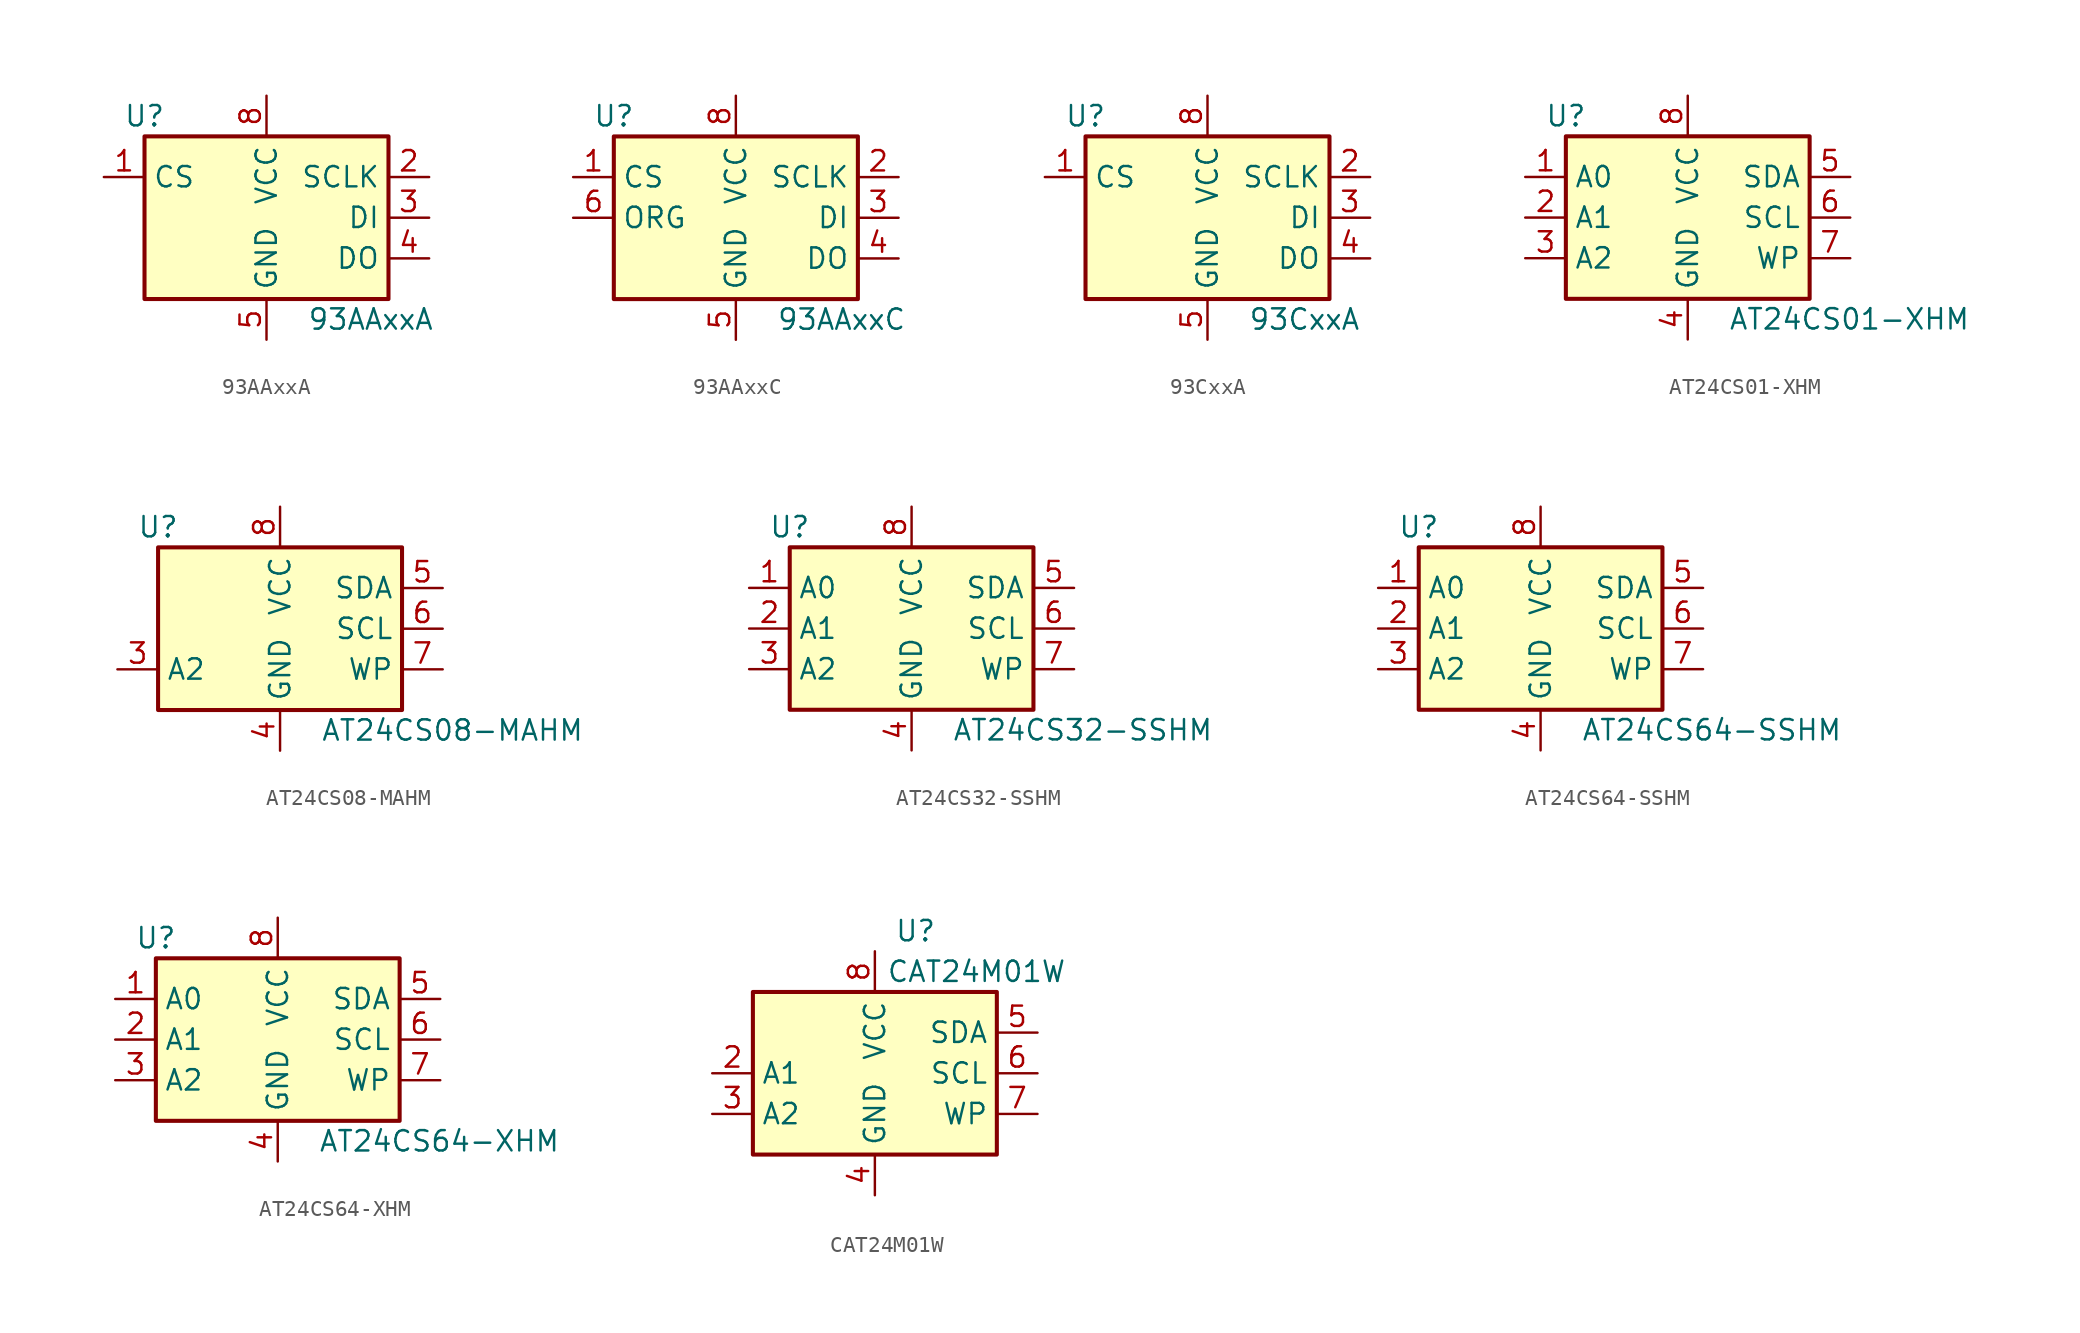
<source format=kicad_sym>
(kicad_symbol_lib
  (version 20211014)
  (generator kicad_symbol_editor)
  (symbol "93AAxxA"
    (property "Reference" "U"
      (at -7.62 6.35 0)
      (effects (font (size 1.27 1.27))))
    (property "Value" "93AAxxA"
      (at 2.54 -6.35 0)
      (effects (font (size 1.27 1.27)) (justify left)))
    (symbol "93AAxxA_1_1"
      (rectangle (start -7.62 5.08) (end 7.62 -5.08) (stroke (width 0.254) (type default) (color 0 0 0 0)) (fill (type background)))
      (pin input line (at -10.16 2.54 0) (length 2.54) (name "CS" (effects (font (size 1.27 1.27)))) (number "1" (effects (font (size 1.27 1.27)))))
      (pin input line (at 10.16 2.54 180) (length 2.54) (name "SCLK" (effects (font (size 1.27 1.27)))) (number "2" (effects (font (size 1.27 1.27)))))
      (pin input line (at 10.16 0 180) (length 2.54) (name "DI" (effects (font (size 1.27 1.27)))) (number "3" (effects (font (size 1.27 1.27)))))
      (pin tri_state line (at 10.16 -2.54 180) (length 2.54) (name "DO" (effects (font (size 1.27 1.27)))) (number "4" (effects (font (size 1.27 1.27)))))
      (pin power_in line (at 0 -7.62 90) (length 2.54) (name "GND" (effects (font (size 1.27 1.27)))) (number "5" (effects (font (size 1.27 1.27)))))
      (pin no_connect line (at -7.62 0 0) (length 2.54) hide (name "NC" (effects (font (size 1.27 1.27)))) (number "6" (effects (font (size 1.27 1.27)))))
      (pin no_connect line (at -7.62 -2.54 0) (length 2.54) hide (name "NC" (effects (font (size 1.27 1.27)))) (number "7" (effects (font (size 1.27 1.27)))))
      (pin power_in line (at 0 7.62 270) (length 2.54) (name "VCC" (effects (font (size 1.27 1.27)))) (number "8" (effects (font (size 1.27 1.27)))))))
  (symbol "93AAxxC"
    (property "Reference" "U"
      (at -7.62 6.35 0)
      (effects (font (size 1.27 1.27))))
    (property "Value" "93AAxxC"
      (at 2.54 -6.35 0)
      (effects (font (size 1.27 1.27)) (justify left)))
    (symbol "93AAxxC_1_1"
      (rectangle (start -7.62 5.08) (end 7.62 -5.08) (stroke (width 0.254) (type default) (color 0 0 0 0)) (fill (type background)))
      (pin input line (at -10.16 2.54 0) (length 2.54) (name "CS" (effects (font (size 1.27 1.27)))) (number "1" (effects (font (size 1.27 1.27)))))
      (pin input line (at 10.16 2.54 180) (length 2.54) (name "SCLK" (effects (font (size 1.27 1.27)))) (number "2" (effects (font (size 1.27 1.27)))))
      (pin input line (at 10.16 0 180) (length 2.54) (name "DI" (effects (font (size 1.27 1.27)))) (number "3" (effects (font (size 1.27 1.27)))))
      (pin tri_state line (at 10.16 -2.54 180) (length 2.54) (name "DO" (effects (font (size 1.27 1.27)))) (number "4" (effects (font (size 1.27 1.27)))))
      (pin power_in line (at 0 -7.62 90) (length 2.54) (name "GND" (effects (font (size 1.27 1.27)))) (number "5" (effects (font (size 1.27 1.27)))))
      (pin input line (at -10.16 0 0) (length 2.54) (name "ORG" (effects (font (size 1.27 1.27)))) (number "6" (effects (font (size 1.27 1.27)))))
      (pin no_connect line (at -7.62 -2.54 0) (length 2.54) hide (name "NC" (effects (font (size 1.27 1.27)))) (number "7" (effects (font (size 1.27 1.27)))))
      (pin power_in line (at 0 7.62 270) (length 2.54) (name "VCC" (effects (font (size 1.27 1.27)))) (number "8" (effects (font (size 1.27 1.27)))))))
  (symbol "93CxxA"
    (property "Reference" "U"
      (at -7.62 6.35 0)
      (effects (font (size 1.27 1.27))))
    (property "Value" "93CxxA"
      (at 2.54 -6.35 0)
      (effects (font (size 1.27 1.27)) (justify left)))
    (symbol "93CxxA_1_1"
      (rectangle (start -7.62 5.08) (end 7.62 -5.08) (stroke (width 0.254) (type default) (color 0 0 0 0)) (fill (type background)))
      (pin input line (at -10.16 2.54 0) (length 2.54) (name "CS" (effects (font (size 1.27 1.27)))) (number "1" (effects (font (size 1.27 1.27)))))
      (pin input line (at 10.16 2.54 180) (length 2.54) (name "SCLK" (effects (font (size 1.27 1.27)))) (number "2" (effects (font (size 1.27 1.27)))))
      (pin input line (at 10.16 0 180) (length 2.54) (name "DI" (effects (font (size 1.27 1.27)))) (number "3" (effects (font (size 1.27 1.27)))))
      (pin tri_state line (at 10.16 -2.54 180) (length 2.54) (name "DO" (effects (font (size 1.27 1.27)))) (number "4" (effects (font (size 1.27 1.27)))))
      (pin power_in line (at 0 -7.62 90) (length 2.54) (name "GND" (effects (font (size 1.27 1.27)))) (number "5" (effects (font (size 1.27 1.27)))))
      (pin no_connect line (at -7.62 0 0) (length 2.54) hide (name "NC" (effects (font (size 1.27 1.27)))) (number "6" (effects (font (size 1.27 1.27)))))
      (pin no_connect line (at -7.62 -2.54 0) (length 2.54) hide (name "NC" (effects (font (size 1.27 1.27)))) (number "7" (effects (font (size 1.27 1.27)))))
      (pin power_in line (at 0 7.62 270) (length 2.54) (name "VCC" (effects (font (size 1.27 1.27)))) (number "8" (effects (font (size 1.27 1.27)))))))
  (symbol "AT24CS01-XHM"
    (property "Reference" "U"
      (at -7.62 6.35 0)
      (effects (font (size 1.27 1.27))))
    (property "Value" "AT24CS01-XHM"
      (at 2.54 -6.35 0)
      (effects (font (size 1.27 1.27)) (justify left)))
    (symbol "AT24CS01-XHM_1_1"
      (rectangle (start -7.62 5.08) (end 7.62 -5.08) (stroke (width 0.254) (type default) (color 0 0 0 0)) (fill (type background)))
      (pin input line (at -10.16 2.54 0) (length 2.54) (name "A0" (effects (font (size 1.27 1.27)))) (number "1" (effects (font (size 1.27 1.27)))))
      (pin input line (at -10.16 0 0) (length 2.54) (name "A1" (effects (font (size 1.27 1.27)))) (number "2" (effects (font (size 1.27 1.27)))))
      (pin input line (at -10.16 -2.54 0) (length 2.54) (name "A2" (effects (font (size 1.27 1.27)))) (number "3" (effects (font (size 1.27 1.27)))))
      (pin power_in line (at 0 -7.62 90) (length 2.54) (name "GND" (effects (font (size 1.27 1.27)))) (number "4" (effects (font (size 1.27 1.27)))))
      (pin bidirectional line (at 10.16 2.54 180) (length 2.54) (name "SDA" (effects (font (size 1.27 1.27)))) (number "5" (effects (font (size 1.27 1.27)))))
      (pin input line (at 10.16 0 180) (length 2.54) (name "SCL" (effects (font (size 1.27 1.27)))) (number "6" (effects (font (size 1.27 1.27)))))
      (pin input line (at 10.16 -2.54 180) (length 2.54) (name "WP" (effects (font (size 1.27 1.27)))) (number "7" (effects (font (size 1.27 1.27)))))
      (pin power_in line (at 0 7.62 270) (length 2.54) (name "VCC" (effects (font (size 1.27 1.27)))) (number "8" (effects (font (size 1.27 1.27)))))))
  (symbol "AT24CS08-MAHM"
    (property "Reference" "U"
      (at -7.62 6.35 0)
      (effects (font (size 1.27 1.27))))
    (property "Value" "AT24CS08-MAHM"
      (at 2.54 -6.35 0)
      (effects (font (size 1.27 1.27)) (justify left)))
    (symbol "AT24CS08-MAHM_1_1"
      (rectangle (start -7.62 5.08) (end 7.62 -5.08) (stroke (width 0.254) (type default) (color 0 0 0 0)) (fill (type background)))
      (pin input line (at -10.16 -2.54 0) (length 2.54) (name "A2" (effects (font (size 1.27 1.27)))) (number "3" (effects (font (size 1.27 1.27)))))
      (pin power_in line (at 0 -7.62 90) (length 2.54) (name "GND" (effects (font (size 1.27 1.27)))) (number "4" (effects (font (size 1.27 1.27)))))
      (pin bidirectional line (at 10.16 2.54 180) (length 2.54) (name "SDA" (effects (font (size 1.27 1.27)))) (number "5" (effects (font (size 1.27 1.27)))))
      (pin input line (at 10.16 0 180) (length 2.54) (name "SCL" (effects (font (size 1.27 1.27)))) (number "6" (effects (font (size 1.27 1.27)))))
      (pin input line (at 10.16 -2.54 180) (length 2.54) (name "WP" (effects (font (size 1.27 1.27)))) (number "7" (effects (font (size 1.27 1.27)))))
      (pin power_in line (at 0 7.62 270) (length 2.54) (name "VCC" (effects (font (size 1.27 1.27)))) (number "8" (effects (font (size 1.27 1.27)))))))
  (symbol "AT24CS32-SSHM"
    (property "Reference" "U"
      (at -7.62 6.35 0)
      (effects (font (size 1.27 1.27))))
    (property "Value" "AT24CS32-SSHM"
      (at 2.54 -6.35 0)
      (effects (font (size 1.27 1.27)) (justify left)))
    (symbol "AT24CS32-SSHM_1_1"
      (rectangle (start -7.62 5.08) (end 7.62 -5.08) (stroke (width 0.254) (type default) (color 0 0 0 0)) (fill (type background)))
      (pin input line (at -10.16 2.54 0) (length 2.54) (name "A0" (effects (font (size 1.27 1.27)))) (number "1" (effects (font (size 1.27 1.27)))))
      (pin input line (at -10.16 0 0) (length 2.54) (name "A1" (effects (font (size 1.27 1.27)))) (number "2" (effects (font (size 1.27 1.27)))))
      (pin input line (at -10.16 -2.54 0) (length 2.54) (name "A2" (effects (font (size 1.27 1.27)))) (number "3" (effects (font (size 1.27 1.27)))))
      (pin power_in line (at 0 -7.62 90) (length 2.54) (name "GND" (effects (font (size 1.27 1.27)))) (number "4" (effects (font (size 1.27 1.27)))))
      (pin bidirectional line (at 10.16 2.54 180) (length 2.54) (name "SDA" (effects (font (size 1.27 1.27)))) (number "5" (effects (font (size 1.27 1.27)))))
      (pin input line (at 10.16 0 180) (length 2.54) (name "SCL" (effects (font (size 1.27 1.27)))) (number "6" (effects (font (size 1.27 1.27)))))
      (pin input line (at 10.16 -2.54 180) (length 2.54) (name "WP" (effects (font (size 1.27 1.27)))) (number "7" (effects (font (size 1.27 1.27)))))
      (pin power_in line (at 0 7.62 270) (length 2.54) (name "VCC" (effects (font (size 1.27 1.27)))) (number "8" (effects (font (size 1.27 1.27)))))))
  (symbol "AT24CS64-SSHM"
    (property "Reference" "U"
      (at -7.62 6.35 0)
      (effects (font (size 1.27 1.27))))
    (property "Value" "AT24CS64-SSHM"
      (at 2.54 -6.35 0)
      (effects (font (size 1.27 1.27)) (justify left)))
    (symbol "AT24CS64-SSHM_1_1"
      (rectangle (start -7.62 5.08) (end 7.62 -5.08) (stroke (width 0.254) (type default) (color 0 0 0 0)) (fill (type background)))
      (pin input line (at -10.16 2.54 0) (length 2.54) (name "A0" (effects (font (size 1.27 1.27)))) (number "1" (effects (font (size 1.27 1.27)))))
      (pin input line (at -10.16 0 0) (length 2.54) (name "A1" (effects (font (size 1.27 1.27)))) (number "2" (effects (font (size 1.27 1.27)))))
      (pin input line (at -10.16 -2.54 0) (length 2.54) (name "A2" (effects (font (size 1.27 1.27)))) (number "3" (effects (font (size 1.27 1.27)))))
      (pin power_in line (at 0 -7.62 90) (length 2.54) (name "GND" (effects (font (size 1.27 1.27)))) (number "4" (effects (font (size 1.27 1.27)))))
      (pin bidirectional line (at 10.16 2.54 180) (length 2.54) (name "SDA" (effects (font (size 1.27 1.27)))) (number "5" (effects (font (size 1.27 1.27)))))
      (pin input line (at 10.16 0 180) (length 2.54) (name "SCL" (effects (font (size 1.27 1.27)))) (number "6" (effects (font (size 1.27 1.27)))))
      (pin input line (at 10.16 -2.54 180) (length 2.54) (name "WP" (effects (font (size 1.27 1.27)))) (number "7" (effects (font (size 1.27 1.27)))))
      (pin power_in line (at 0 7.62 270) (length 2.54) (name "VCC" (effects (font (size 1.27 1.27)))) (number "8" (effects (font (size 1.27 1.27)))))))
  (symbol "AT24CS64-XHM"
    (property "Reference" "U"
      (at -7.62 6.35 0)
      (effects (font (size 1.27 1.27))))
    (property "Value" "AT24CS64-XHM"
      (at 2.54 -6.35 0)
      (effects (font (size 1.27 1.27)) (justify left)))
    (symbol "AT24CS64-XHM_1_1"
      (rectangle (start -7.62 5.08) (end 7.62 -5.08) (stroke (width 0.254) (type default) (color 0 0 0 0)) (fill (type background)))
      (pin input line (at -10.16 2.54 0) (length 2.54) (name "A0" (effects (font (size 1.27 1.27)))) (number "1" (effects (font (size 1.27 1.27)))))
      (pin input line (at -10.16 0 0) (length 2.54) (name "A1" (effects (font (size 1.27 1.27)))) (number "2" (effects (font (size 1.27 1.27)))))
      (pin input line (at -10.16 -2.54 0) (length 2.54) (name "A2" (effects (font (size 1.27 1.27)))) (number "3" (effects (font (size 1.27 1.27)))))
      (pin power_in line (at 0 -7.62 90) (length 2.54) (name "GND" (effects (font (size 1.27 1.27)))) (number "4" (effects (font (size 1.27 1.27)))))
      (pin bidirectional line (at 10.16 2.54 180) (length 2.54) (name "SDA" (effects (font (size 1.27 1.27)))) (number "5" (effects (font (size 1.27 1.27)))))
      (pin input line (at 10.16 0 180) (length 2.54) (name "SCL" (effects (font (size 1.27 1.27)))) (number "6" (effects (font (size 1.27 1.27)))))
      (pin input line (at 10.16 -2.54 180) (length 2.54) (name "WP" (effects (font (size 1.27 1.27)))) (number "7" (effects (font (size 1.27 1.27)))))
      (pin power_in line (at 0 7.62 270) (length 2.54) (name "VCC" (effects (font (size 1.27 1.27)))) (number "8" (effects (font (size 1.27 1.27)))))))
  (symbol "CAT24M01W"
    (property "Reference" "U"
      (at 2.54 8.89 0)
      (effects (font (size 1.27 1.27))))
    (property "Value" "CAT24M01W"
      (at 6.35 6.35 0)
      (effects (font (size 1.27 1.27))))
    (symbol "CAT24M01W_1_1"
      (rectangle (start -7.62 5.08) (end 7.62 -5.08) (stroke (width 0.254) (type default) (color 0 0 0 0)) (fill (type background)))
      (pin no_connect line (at -7.62 2.54 0) (length 2.54) hide (name "NC" (effects (font (size 1.27 1.27)))) (number "1" (effects (font (size 1.27 1.27)))))
      (pin input line (at -10.16 0 0) (length 2.54) (name "A1" (effects (font (size 1.27 1.27)))) (number "2" (effects (font (size 1.27 1.27)))))
      (pin input line (at -10.16 -2.54 0) (length 2.54) (name "A2" (effects (font (size 1.27 1.27)))) (number "3" (effects (font (size 1.27 1.27)))))
      (pin power_in line (at 0 -7.62 90) (length 2.54) (name "GND" (effects (font (size 1.27 1.27)))) (number "4" (effects (font (size 1.27 1.27)))))
      (pin bidirectional line (at 10.16 2.54 180) (length 2.54) (name "SDA" (effects (font (size 1.27 1.27)))) (number "5" (effects (font (size 1.27 1.27)))))
      (pin input line (at 10.16 0 180) (length 2.54) (name "SCL" (effects (font (size 1.27 1.27)))) (number "6" (effects (font (size 1.27 1.27)))))
      (pin input line (at 10.16 -2.54 180) (length 2.54) (name "WP" (effects (font (size 1.27 1.27)))) (number "7" (effects (font (size 1.27 1.27)))))
      (pin power_in line (at 0 7.62 270) (length 2.54) (name "VCC" (effects (font (size 1.27 1.27)))) (number "8" (effects (font (size 1.27 1.27))))))))
</source>
